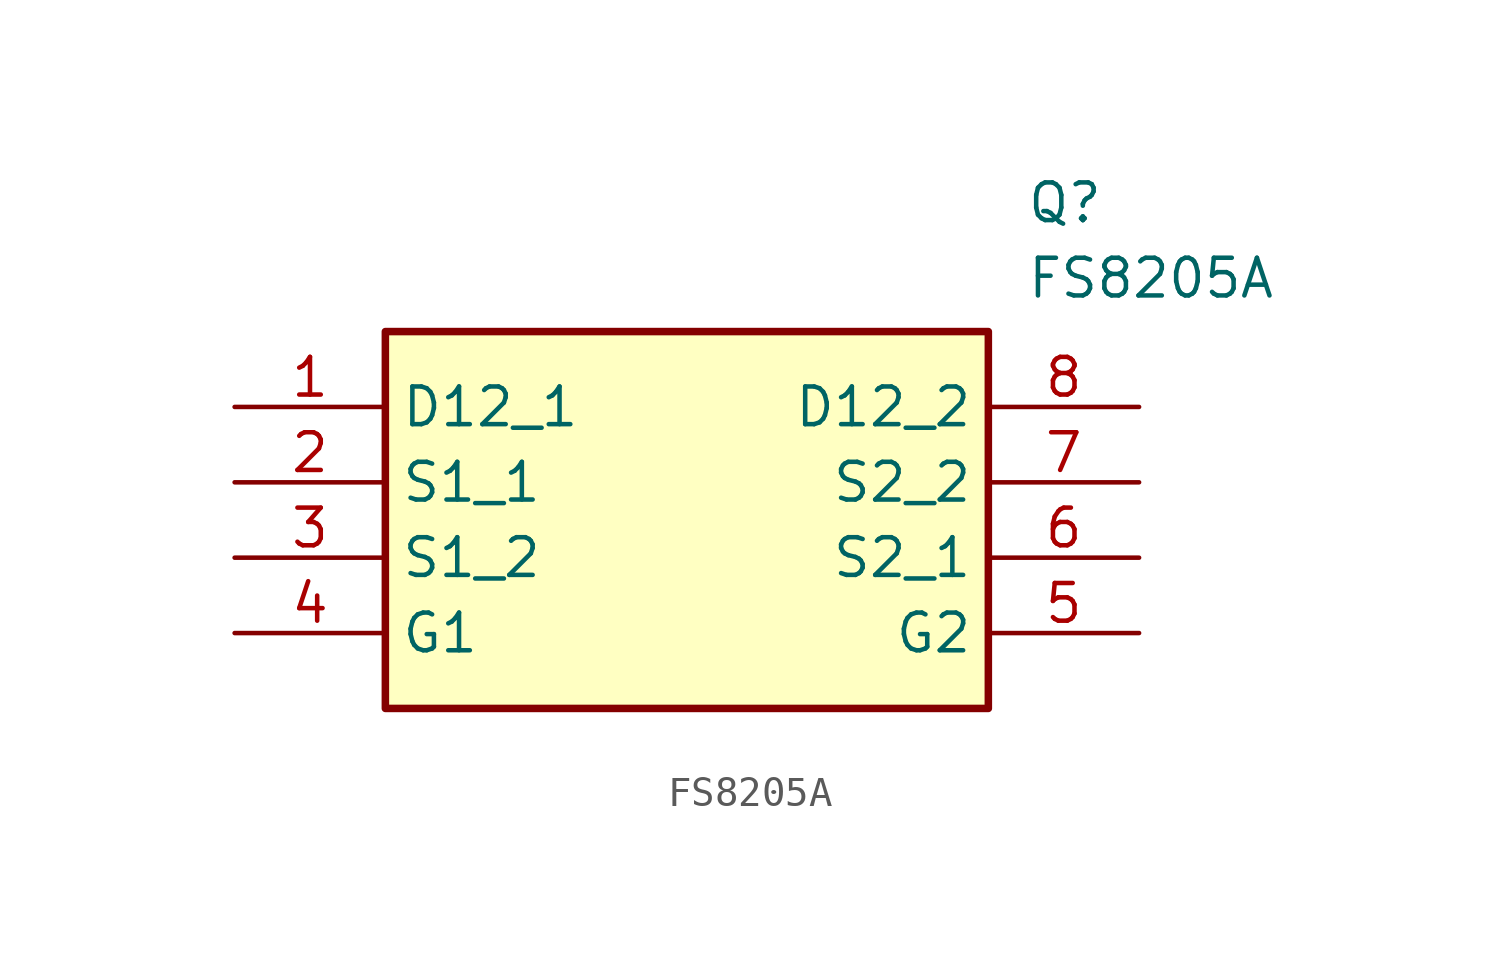
<source format=kicad_sym>
(kicad_symbol_lib
  (version 20211014)
  (generator SamacSys_ECAD_Model)
  (symbol "FS8205A"
    (property "Reference" "Q"
      (at 26.67 7.62 0)
      (effects (font (size 1.27 1.27)) (justify left top)))
    (property "Value" "FS8205A"
      (at 26.67 5.08 0)
      (effects (font (size 1.27 1.27)) (justify left top)))
    (rectangle
      (start 5.08 2.54)
      (end 25.4 -10.16)
      (stroke (width 0.254) (type default))
      (fill (type background)))
    (pin passive line
      (at 0 0 0)
      (length 5.08)
      (name "D12_1" (effects (font (size 1.27 1.27))))
      (number "1" (effects (font (size 1.27 1.27)))))
    (pin passive line
      (at 0 -2.54 0)
      (length 5.08)
      (name "S1_1" (effects (font (size 1.27 1.27))))
      (number "2" (effects (font (size 1.27 1.27)))))
    (pin passive line
      (at 0 -5.08 0)
      (length 5.08)
      (name "S1_2" (effects (font (size 1.27 1.27))))
      (number "3" (effects (font (size 1.27 1.27)))))
    (pin passive line
      (at 0 -7.62 0)
      (length 5.08)
      (name "G1" (effects (font (size 1.27 1.27))))
      (number "4" (effects (font (size 1.27 1.27)))))
    (pin passive line
      (at 30.48 0 180)
      (length 5.08)
      (name "D12_2" (effects (font (size 1.27 1.27))))
      (number "8" (effects (font (size 1.27 1.27)))))
    (pin passive line
      (at 30.48 -2.54 180)
      (length 5.08)
      (name "S2_2" (effects (font (size 1.27 1.27))))
      (number "7" (effects (font (size 1.27 1.27)))))
    (pin passive line
      (at 30.48 -5.08 180)
      (length 5.08)
      (name "S2_1" (effects (font (size 1.27 1.27))))
      (number "6" (effects (font (size 1.27 1.27)))))
    (pin passive line
      (at 30.48 -7.62 180)
      (length 5.08)
      (name "G2" (effects (font (size 1.27 1.27))))
      (number "5" (effects (font (size 1.27 1.27)))))))
</source>
